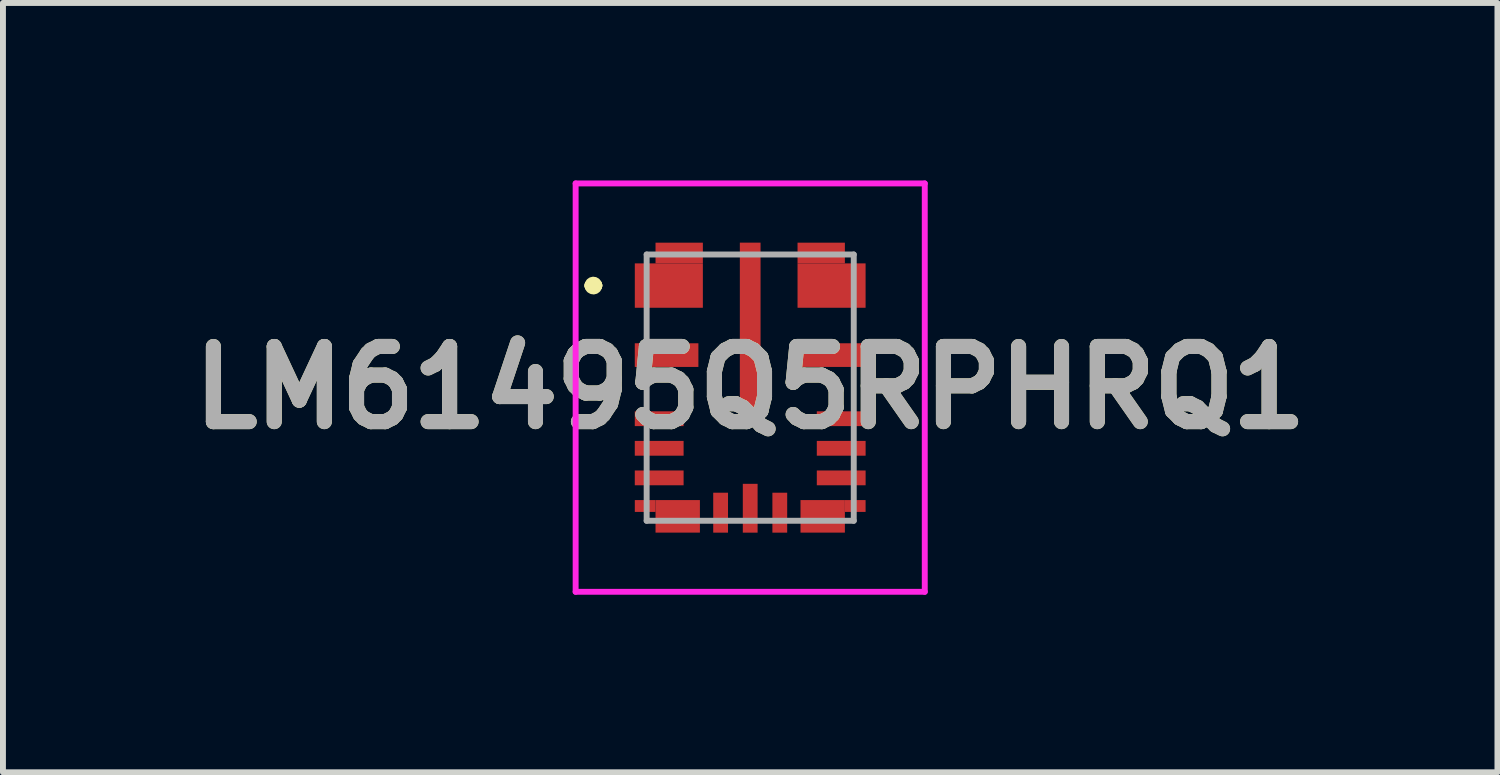
<source format=kicad_pcb>
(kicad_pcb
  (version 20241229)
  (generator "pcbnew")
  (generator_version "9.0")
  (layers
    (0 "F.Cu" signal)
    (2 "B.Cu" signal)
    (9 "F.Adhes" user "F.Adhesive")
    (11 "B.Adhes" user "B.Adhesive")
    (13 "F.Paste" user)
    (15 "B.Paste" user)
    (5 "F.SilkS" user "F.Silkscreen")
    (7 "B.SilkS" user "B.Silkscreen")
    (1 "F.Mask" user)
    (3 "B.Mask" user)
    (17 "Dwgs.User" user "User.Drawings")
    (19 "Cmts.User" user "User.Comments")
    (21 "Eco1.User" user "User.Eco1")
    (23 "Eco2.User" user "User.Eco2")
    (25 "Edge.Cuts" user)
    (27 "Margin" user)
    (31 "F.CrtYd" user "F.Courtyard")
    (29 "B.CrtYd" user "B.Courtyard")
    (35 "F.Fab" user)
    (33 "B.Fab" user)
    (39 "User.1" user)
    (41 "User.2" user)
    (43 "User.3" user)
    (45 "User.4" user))
  (footprint "LM61495Q5RPHRQ1"
    (layer "F.Cu")
    (at 9.628 3.501)
    (property "Reference" "LM61495Q5RPHRQ1" (at 0 0 0) (layer "F.SilkS") (effects (font (size 1.27 1.27) (thickness 0.254))))
    (attr smd)
    (fp_line (start -2.7 -1.725) (end -2.7 -1.725) (stroke (width 0.2) (type solid)) (layer "F.SilkS"))
    (fp_line (start -2.7 -1.725) (end -2.6 -1.725) (stroke (width 0.2) (type solid)) (layer "F.SilkS"))
    (fp_line (start -2.6 -1.725) (end -2.6 -1.725) (stroke (width 0.2) (type solid)) (layer "F.SilkS"))
    (fp_arc (start -2.7 -1.725) (mid -2.65 -1.775) (end -2.6 -1.725) (stroke (width 0.2) (type solid)) (layer "F.SilkS"))
    (fp_arc (start -2.6 -1.725) (mid -2.65 -1.675) (end -2.7 -1.725) (stroke (width 0.2) (type solid)) (layer "F.SilkS"))
    (fp_line (start -2.95 -3.451) (end 2.95 -3.451) (stroke (width 0.1) (type solid)) (layer "F.CrtYd"))
    (fp_line (start -2.95 3.45) (end -2.95 -3.451) (stroke (width 0.1) (type solid)) (layer "F.CrtYd"))
    (fp_line (start 2.95 -3.451) (end 2.95 3.45) (stroke (width 0.1) (type solid)) (layer "F.CrtYd"))
    (fp_line (start 2.95 3.45) (end -2.95 3.45) (stroke (width 0.1) (type solid)) (layer "F.CrtYd"))
    (fp_line (start -1.75 -2.25) (end 1.75 -2.25) (stroke (width 0.1) (type solid)) (layer "F.Fab"))
    (fp_line (start -1.75 2.25) (end -1.75 -2.25) (stroke (width 0.1) (type solid)) (layer "F.Fab"))
    (fp_line (start 1.75 -2.25) (end 1.75 2.25) (stroke (width 0.1) (type solid)) (layer "F.Fab"))
    (fp_line (start 1.75 2.25) (end -1.75 2.25) (stroke (width 0.1) (type solid)) (layer "F.Fab"))
    (fp_text user "${REFERENCE}" (at 0 0 0) (layer "F.Fab") (effects (font (size 1.27 1.27) (thickness 0.254))))
    (pad "1" smd rect (at -1.375 -1.725 90) (size 0.75 1.15) (layers "F.Cu" "F.Mask" "F.Paste"))
    (pad "2" smd rect (at -1.413 -0.55 90) (size 0.4 1.075) (layers "F.Cu" "F.Mask" "F.Paste"))
    (pad "3" smd rect (at -1.538 0.525 90) (size 0.25 0.825) (layers "F.Cu" "F.Mask" "F.Paste"))
    (pad "4" smd rect (at -1.538 1.025 90) (size 0.25 0.825) (layers "F.Cu" "F.Mask" "F.Paste"))
    (pad "5" smd rect (at -1.538 1.525 90) (size 0.25 0.825) (layers "F.Cu" "F.Mask" "F.Paste"))
    (pad "6" smd rect (at -1.225 2.175 90) (size 0.55 0.75) (layers "F.Cu" "F.Mask" "F.Paste"))
    (pad "7" smd rect (at -0.5 2.113) (size 0.25 0.675) (layers "F.Cu" "F.Mask" "F.Paste"))
    (pad "8" smd rect (at 0 2.038) (size 0.25 0.825) (layers "F.Cu" "F.Mask" "F.Paste"))
    (pad "9" smd rect (at 0.5 2.113) (size 0.25 0.675) (layers "F.Cu" "F.Mask" "F.Paste"))
    (pad "10" smd rect (at 1.225 2.175 90) (size 0.55 0.75) (layers "F.Cu" "F.Mask" "F.Paste"))
    (pad "11" smd rect (at 1.538 1.525 90) (size 0.25 0.825) (layers "F.Cu" "F.Mask" "F.Paste"))
    (pad "12" smd rect (at 1.538 1.025 90) (size 0.25 0.825) (layers "F.Cu" "F.Mask" "F.Paste"))
    (pad "13" smd rect (at 1.538 0.525 90) (size 0.25 0.825) (layers "F.Cu" "F.Mask" "F.Paste"))
    (pad "14" smd rect (at 1.413 -0.55 90) (size 0.4 1.075) (layers "F.Cu" "F.Mask" "F.Paste"))
    (pad "15" smd rect (at 1.375 -1.725 90) (size 0.75 1.15) (layers "F.Cu" "F.Mask" "F.Paste"))
    (pad "16" smd rect (at 0 -0.963) (size 0.35 2.975) (layers "F.Cu" "F.Mask" "F.Paste"))
    (pad "17" smd rect (at -1.2 -2.275 90) (size 0.35 0.8) (layers "F.Cu" "F.Mask" "F.Paste"))
    (pad "18" smd rect (at -1.775 2 90) (size 0.2 0.35) (layers "F.Cu" "F.Mask" "F.Paste"))
    (pad "19" smd rect (at 1.775 2 90) (size 0.2 0.35) (layers "F.Cu" "F.Mask" "F.Paste"))
    (pad "20" smd rect (at 1.2 -2.275 90) (size 0.35 0.8) (layers "F.Cu" "F.Mask" "F.Paste")))
  (gr_rect
    (start -3 -3)
    (end 22.256 10.001)
    (stroke (width 0.1) (type default))
    (fill no)
    (layer "Edge.Cuts")))
</source>
